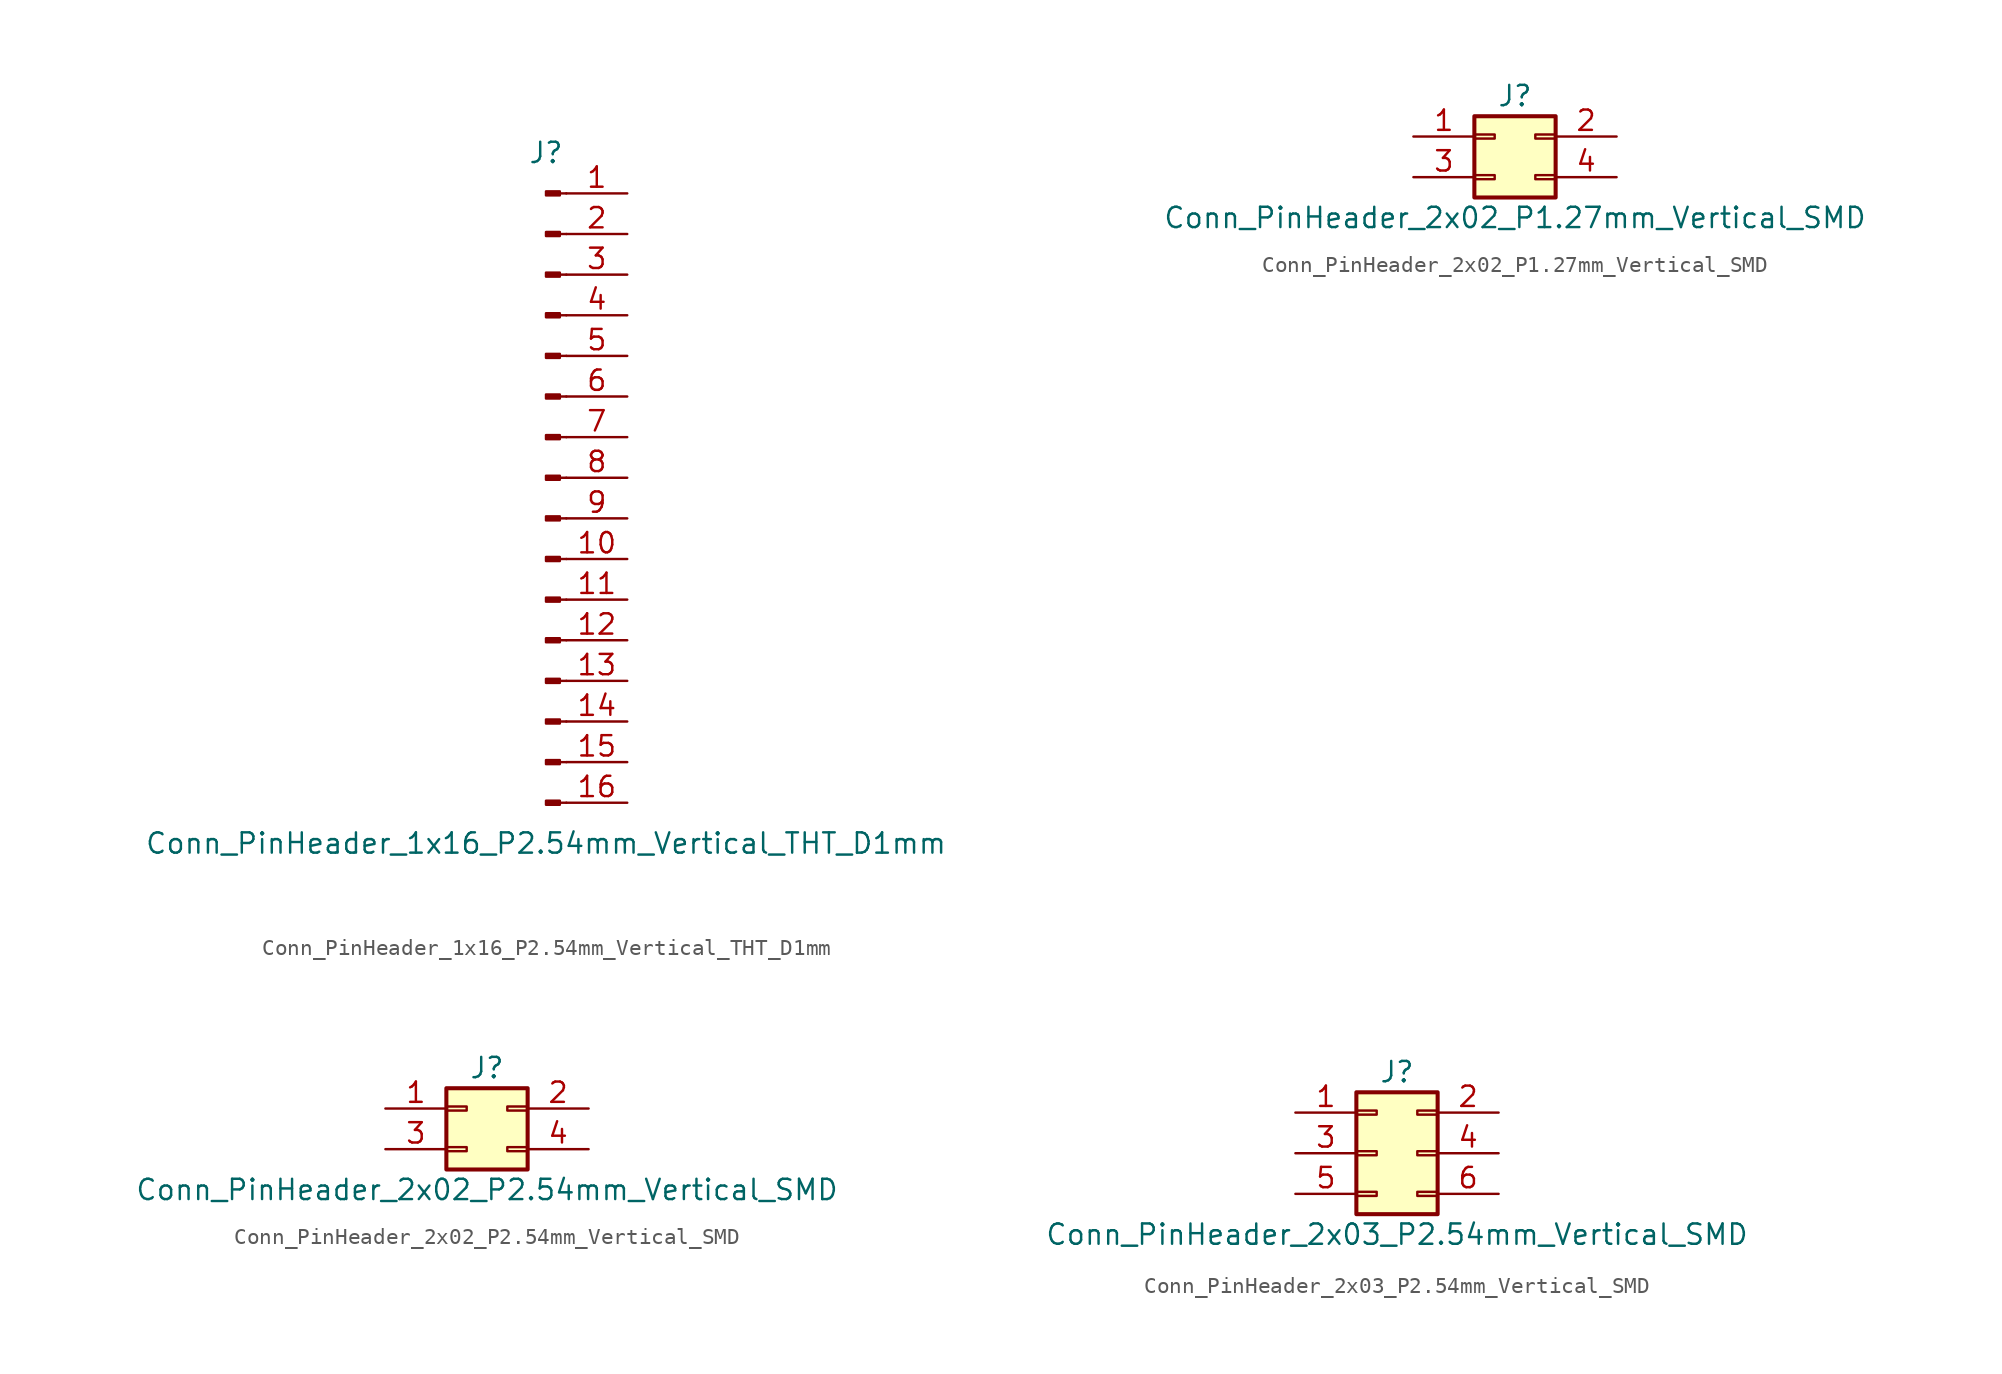
<source format=kicad_sym>
(kicad_symbol_lib
  (version 20220914)
  (generator kicad_symbol_editor)
  (symbol "Conn_PinHeader_1x16_P2.54mm_Vertical_THT_D1mm"
    (pin_names
      (offset 1.016) hide)
    (property "Reference" "J"
      (at 0 20.32 0)
      (effects (font (size 1.27 1.27))))
    (property "Value" "Conn_PinHeader_1x16_P2.54mm_Vertical_THT_D1mm"
      (at 0 -22.86 0)
      (effects (font (size 1.27 1.27))))
    (symbol "Conn_PinHeader_1x16_P2.54mm_Vertical_THT_D1mm_1_1"
      (polyline (pts (xy 1.27 -20.32) (xy 0.864 -20.32)) (stroke (width 0.152) (type solid)) (fill (type none)))
      (polyline (pts (xy 1.27 -17.78) (xy 0.864 -17.78)) (stroke (width 0.152) (type solid)) (fill (type none)))
      (polyline (pts (xy 1.27 -15.24) (xy 0.864 -15.24)) (stroke (width 0.152) (type solid)) (fill (type none)))
      (polyline (pts (xy 1.27 -12.7) (xy 0.864 -12.7)) (stroke (width 0.152) (type solid)) (fill (type none)))
      (polyline (pts (xy 1.27 -10.16) (xy 0.864 -10.16)) (stroke (width 0.152) (type solid)) (fill (type none)))
      (polyline (pts (xy 1.27 -7.62) (xy 0.864 -7.62)) (stroke (width 0.152) (type solid)) (fill (type none)))
      (polyline (pts (xy 1.27 -5.08) (xy 0.864 -5.08)) (stroke (width 0.152) (type solid)) (fill (type none)))
      (polyline (pts (xy 1.27 -2.54) (xy 0.864 -2.54)) (stroke (width 0.152) (type solid)) (fill (type none)))
      (polyline (pts (xy 1.27 0) (xy 0.864 0)) (stroke (width 0.152) (type solid)) (fill (type none)))
      (polyline (pts (xy 1.27 2.54) (xy 0.864 2.54)) (stroke (width 0.152) (type solid)) (fill (type none)))
      (polyline (pts (xy 1.27 5.08) (xy 0.864 5.08)) (stroke (width 0.152) (type solid)) (fill (type none)))
      (polyline (pts (xy 1.27 7.62) (xy 0.864 7.62)) (stroke (width 0.152) (type solid)) (fill (type none)))
      (polyline (pts (xy 1.27 10.16) (xy 0.864 10.16)) (stroke (width 0.152) (type solid)) (fill (type none)))
      (polyline (pts (xy 1.27 12.7) (xy 0.864 12.7)) (stroke (width 0.152) (type solid)) (fill (type none)))
      (polyline (pts (xy 1.27 15.24) (xy 0.864 15.24)) (stroke (width 0.152) (type solid)) (fill (type none)))
      (polyline (pts (xy 1.27 17.78) (xy 0.864 17.78)) (stroke (width 0.152) (type solid)) (fill (type none)))
      (rectangle (start 0.864 -20.193) (end 0 -20.447) (stroke (width 0.152) (type solid)) (fill (type outline)))
      (rectangle (start 0.864 -17.653) (end 0 -17.907) (stroke (width 0.152) (type solid)) (fill (type outline)))
      (rectangle (start 0.864 -15.113) (end 0 -15.367) (stroke (width 0.152) (type solid)) (fill (type outline)))
      (rectangle (start 0.864 -12.573) (end 0 -12.827) (stroke (width 0.152) (type solid)) (fill (type outline)))
      (rectangle (start 0.864 -10.033) (end 0 -10.287) (stroke (width 0.152) (type solid)) (fill (type outline)))
      (rectangle (start 0.864 -7.493) (end 0 -7.747) (stroke (width 0.152) (type solid)) (fill (type outline)))
      (rectangle (start 0.864 -4.953) (end 0 -5.207) (stroke (width 0.152) (type solid)) (fill (type outline)))
      (rectangle (start 0.864 -2.413) (end 0 -2.667) (stroke (width 0.152) (type solid)) (fill (type outline)))
      (rectangle (start 0.864 0.127) (end 0 -0.127) (stroke (width 0.152) (type solid)) (fill (type outline)))
      (rectangle (start 0.864 2.667) (end 0 2.413) (stroke (width 0.152) (type solid)) (fill (type outline)))
      (rectangle (start 0.864 5.207) (end 0 4.953) (stroke (width 0.152) (type solid)) (fill (type outline)))
      (rectangle (start 0.864 7.747) (end 0 7.493) (stroke (width 0.152) (type solid)) (fill (type outline)))
      (rectangle (start 0.864 10.287) (end 0 10.033) (stroke (width 0.152) (type solid)) (fill (type outline)))
      (rectangle (start 0.864 12.827) (end 0 12.573) (stroke (width 0.152) (type solid)) (fill (type outline)))
      (rectangle (start 0.864 15.367) (end 0 15.113) (stroke (width 0.152) (type solid)) (fill (type outline)))
      (rectangle (start 0.864 17.907) (end 0 17.653) (stroke (width 0.152) (type solid)) (fill (type outline)))
      (pin passive line (at 5.08 17.78 180) (length 3.81) (name "Pin_1" (effects (font (size 1.27 1.27)))) (number "1" (effects (font (size 1.27 1.27)))))
      (pin passive line (at 5.08 -5.08 180) (length 3.81) (name "Pin_10" (effects (font (size 1.27 1.27)))) (number "10" (effects (font (size 1.27 1.27)))))
      (pin passive line (at 5.08 -7.62 180) (length 3.81) (name "Pin_11" (effects (font (size 1.27 1.27)))) (number "11" (effects (font (size 1.27 1.27)))))
      (pin passive line (at 5.08 -10.16 180) (length 3.81) (name "Pin_12" (effects (font (size 1.27 1.27)))) (number "12" (effects (font (size 1.27 1.27)))))
      (pin passive line (at 5.08 -12.7 180) (length 3.81) (name "Pin_13" (effects (font (size 1.27 1.27)))) (number "13" (effects (font (size 1.27 1.27)))))
      (pin passive line (at 5.08 -15.24 180) (length 3.81) (name "Pin_14" (effects (font (size 1.27 1.27)))) (number "14" (effects (font (size 1.27 1.27)))))
      (pin passive line (at 5.08 -17.78 180) (length 3.81) (name "Pin_15" (effects (font (size 1.27 1.27)))) (number "15" (effects (font (size 1.27 1.27)))))
      (pin passive line (at 5.08 -20.32 180) (length 3.81) (name "Pin_16" (effects (font (size 1.27 1.27)))) (number "16" (effects (font (size 1.27 1.27)))))
      (pin passive line (at 5.08 15.24 180) (length 3.81) (name "Pin_2" (effects (font (size 1.27 1.27)))) (number "2" (effects (font (size 1.27 1.27)))))
      (pin passive line (at 5.08 12.7 180) (length 3.81) (name "Pin_3" (effects (font (size 1.27 1.27)))) (number "3" (effects (font (size 1.27 1.27)))))
      (pin passive line (at 5.08 10.16 180) (length 3.81) (name "Pin_4" (effects (font (size 1.27 1.27)))) (number "4" (effects (font (size 1.27 1.27)))))
      (pin passive line (at 5.08 7.62 180) (length 3.81) (name "Pin_5" (effects (font (size 1.27 1.27)))) (number "5" (effects (font (size 1.27 1.27)))))
      (pin passive line (at 5.08 5.08 180) (length 3.81) (name "Pin_6" (effects (font (size 1.27 1.27)))) (number "6" (effects (font (size 1.27 1.27)))))
      (pin passive line (at 5.08 2.54 180) (length 3.81) (name "Pin_7" (effects (font (size 1.27 1.27)))) (number "7" (effects (font (size 1.27 1.27)))))
      (pin passive line (at 5.08 0 180) (length 3.81) (name "Pin_8" (effects (font (size 1.27 1.27)))) (number "8" (effects (font (size 1.27 1.27)))))
      (pin passive line (at 5.08 -2.54 180) (length 3.81) (name "Pin_9" (effects (font (size 1.27 1.27)))) (number "9" (effects (font (size 1.27 1.27)))))))
  (symbol "Conn_PinHeader_2x02_P1.27mm_Vertical_SMD"
    (pin_names
      (offset 1.016) hide)
    (property "Reference" "J"
      (at 1.27 2.54 0)
      (effects (font (size 1.27 1.27))))
    (property "Value" "Conn_PinHeader_2x02_P1.27mm_Vertical_SMD"
      (at 1.27 -5.08 0)
      (effects (font (size 1.27 1.27))))
    (symbol "Conn_PinHeader_2x02_P1.27mm_Vertical_SMD_1_1"
      (rectangle (start -1.27 -2.413) (end 0 -2.667) (stroke (width 0.152) (type solid)) (fill (type none)))
      (rectangle (start -1.27 0.127) (end 0 -0.127) (stroke (width 0.152) (type solid)) (fill (type none)))
      (rectangle (start -1.27 1.27) (end 3.81 -3.81) (stroke (width 0.254) (type solid)) (fill (type background)))
      (rectangle (start 3.81 -2.413) (end 2.54 -2.667) (stroke (width 0.152) (type solid)) (fill (type none)))
      (rectangle (start 3.81 0.127) (end 2.54 -0.127) (stroke (width 0.152) (type solid)) (fill (type none)))
      (pin passive line (at -5.08 0 0) (length 3.81) (name "Pin_1" (effects (font (size 1.27 1.27)))) (number "1" (effects (font (size 1.27 1.27)))))
      (pin passive line (at 7.62 0 180) (length 3.81) (name "Pin_2" (effects (font (size 1.27 1.27)))) (number "2" (effects (font (size 1.27 1.27)))))
      (pin passive line (at -5.08 -2.54 0) (length 3.81) (name "Pin_3" (effects (font (size 1.27 1.27)))) (number "3" (effects (font (size 1.27 1.27)))))
      (pin passive line (at 7.62 -2.54 180) (length 3.81) (name "Pin_4" (effects (font (size 1.27 1.27)))) (number "4" (effects (font (size 1.27 1.27)))))))
  (symbol "Conn_PinHeader_2x02_P2.54mm_Vertical_SMD"
    (pin_names
      (offset 1.016) hide)
    (property "Reference" "J"
      (at 1.27 2.54 0)
      (effects (font (size 1.27 1.27))))
    (property "Value" "Conn_PinHeader_2x02_P2.54mm_Vertical_SMD"
      (at 1.27 -5.08 0)
      (effects (font (size 1.27 1.27))))
    (symbol "Conn_PinHeader_2x02_P2.54mm_Vertical_SMD_1_1"
      (rectangle (start -1.27 -2.413) (end 0 -2.667) (stroke (width 0.152) (type solid)) (fill (type none)))
      (rectangle (start -1.27 0.127) (end 0 -0.127) (stroke (width 0.152) (type solid)) (fill (type none)))
      (rectangle (start -1.27 1.27) (end 3.81 -3.81) (stroke (width 0.254) (type solid)) (fill (type background)))
      (rectangle (start 3.81 -2.413) (end 2.54 -2.667) (stroke (width 0.152) (type solid)) (fill (type none)))
      (rectangle (start 3.81 0.127) (end 2.54 -0.127) (stroke (width 0.152) (type solid)) (fill (type none)))
      (pin passive line (at -5.08 0 0) (length 3.81) (name "Pin_1" (effects (font (size 1.27 1.27)))) (number "1" (effects (font (size 1.27 1.27)))))
      (pin passive line (at 7.62 0 180) (length 3.81) (name "Pin_2" (effects (font (size 1.27 1.27)))) (number "2" (effects (font (size 1.27 1.27)))))
      (pin passive line (at -5.08 -2.54 0) (length 3.81) (name "Pin_3" (effects (font (size 1.27 1.27)))) (number "3" (effects (font (size 1.27 1.27)))))
      (pin passive line (at 7.62 -2.54 180) (length 3.81) (name "Pin_4" (effects (font (size 1.27 1.27)))) (number "4" (effects (font (size 1.27 1.27)))))))
  (symbol "Conn_PinHeader_2x03_P2.54mm_Vertical_SMD"
    (pin_names
      (offset 1.016) hide)
    (property "Reference" "J"
      (at 1.27 5.08 0)
      (effects (font (size 1.27 1.27))))
    (property "Value" "Conn_PinHeader_2x03_P2.54mm_Vertical_SMD"
      (at 1.27 -5.08 0)
      (effects (font (size 1.27 1.27))))
    (symbol "Conn_PinHeader_2x03_P2.54mm_Vertical_SMD_1_1"
      (rectangle (start -1.27 -2.413) (end 0 -2.667) (stroke (width 0.152) (type solid)) (fill (type none)))
      (rectangle (start -1.27 0.127) (end 0 -0.127) (stroke (width 0.152) (type solid)) (fill (type none)))
      (rectangle (start -1.27 2.667) (end 0 2.413) (stroke (width 0.152) (type solid)) (fill (type none)))
      (rectangle (start -1.27 3.81) (end 3.81 -3.81) (stroke (width 0.254) (type solid)) (fill (type background)))
      (rectangle (start 3.81 -2.413) (end 2.54 -2.667) (stroke (width 0.152) (type solid)) (fill (type none)))
      (rectangle (start 3.81 0.127) (end 2.54 -0.127) (stroke (width 0.152) (type solid)) (fill (type none)))
      (rectangle (start 3.81 2.667) (end 2.54 2.413) (stroke (width 0.152) (type solid)) (fill (type none)))
      (pin passive line (at -5.08 2.54 0) (length 3.81) (name "Pin_1" (effects (font (size 1.27 1.27)))) (number "1" (effects (font (size 1.27 1.27)))))
      (pin passive line (at 7.62 2.54 180) (length 3.81) (name "Pin_2" (effects (font (size 1.27 1.27)))) (number "2" (effects (font (size 1.27 1.27)))))
      (pin passive line (at -5.08 0 0) (length 3.81) (name "Pin_3" (effects (font (size 1.27 1.27)))) (number "3" (effects (font (size 1.27 1.27)))))
      (pin passive line (at 7.62 0 180) (length 3.81) (name "Pin_4" (effects (font (size 1.27 1.27)))) (number "4" (effects (font (size 1.27 1.27)))))
      (pin passive line (at -5.08 -2.54 0) (length 3.81) (name "Pin_5" (effects (font (size 1.27 1.27)))) (number "5" (effects (font (size 1.27 1.27)))))
      (pin passive line (at 7.62 -2.54 180) (length 3.81) (name "Pin_6" (effects (font (size 1.27 1.27)))) (number "6" (effects (font (size 1.27 1.27))))))))
</source>
